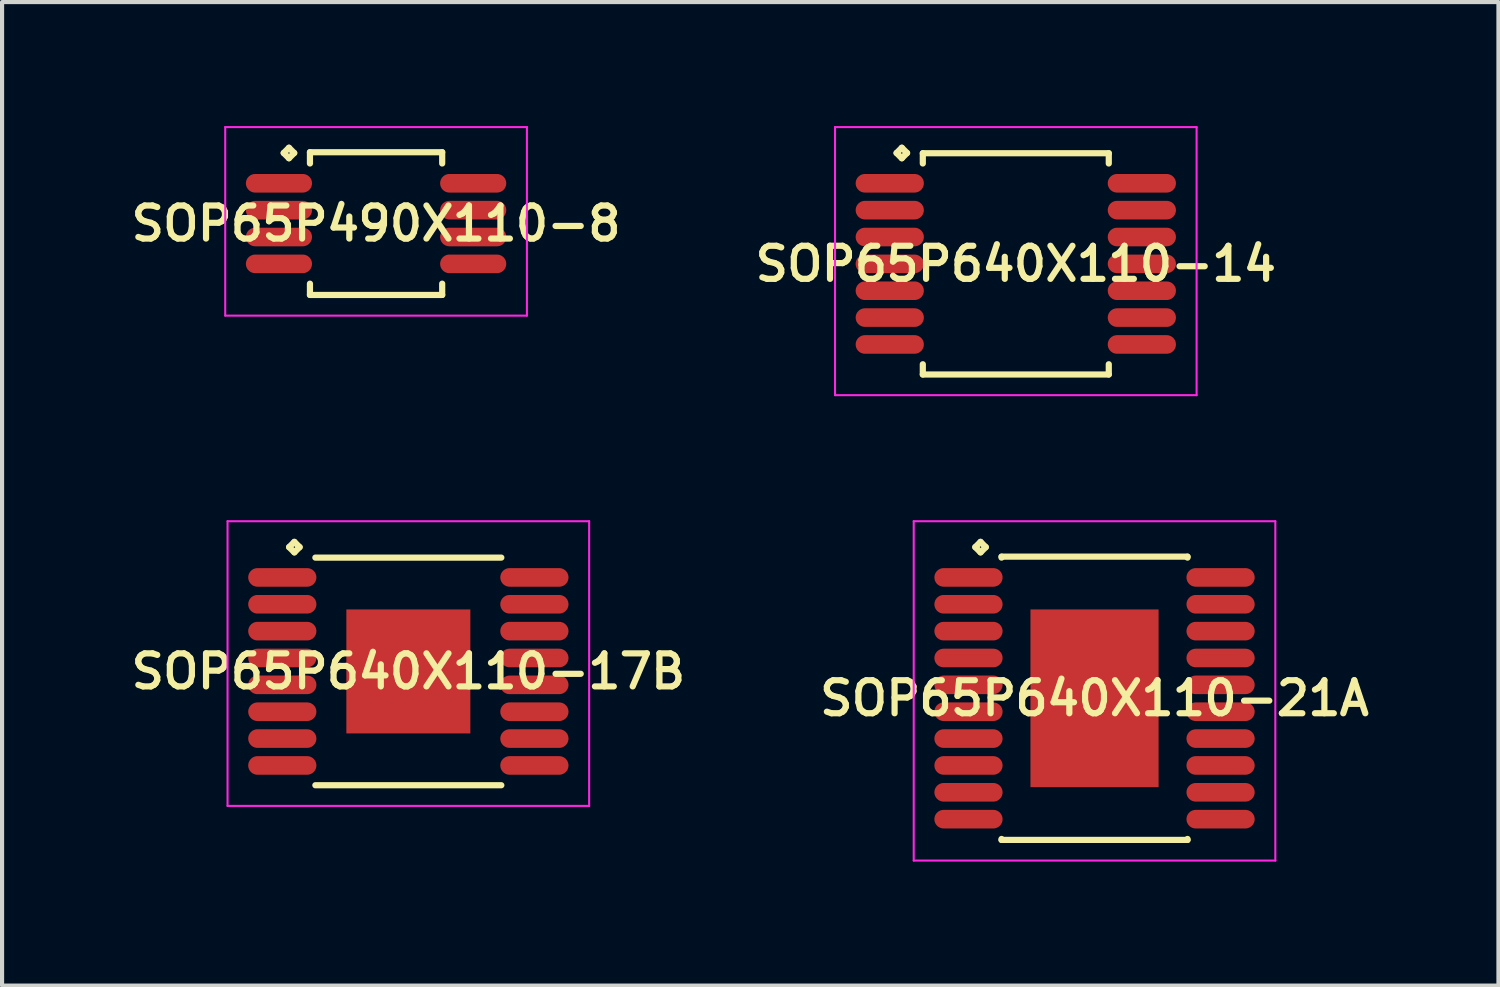
<source format=kicad_pcb>
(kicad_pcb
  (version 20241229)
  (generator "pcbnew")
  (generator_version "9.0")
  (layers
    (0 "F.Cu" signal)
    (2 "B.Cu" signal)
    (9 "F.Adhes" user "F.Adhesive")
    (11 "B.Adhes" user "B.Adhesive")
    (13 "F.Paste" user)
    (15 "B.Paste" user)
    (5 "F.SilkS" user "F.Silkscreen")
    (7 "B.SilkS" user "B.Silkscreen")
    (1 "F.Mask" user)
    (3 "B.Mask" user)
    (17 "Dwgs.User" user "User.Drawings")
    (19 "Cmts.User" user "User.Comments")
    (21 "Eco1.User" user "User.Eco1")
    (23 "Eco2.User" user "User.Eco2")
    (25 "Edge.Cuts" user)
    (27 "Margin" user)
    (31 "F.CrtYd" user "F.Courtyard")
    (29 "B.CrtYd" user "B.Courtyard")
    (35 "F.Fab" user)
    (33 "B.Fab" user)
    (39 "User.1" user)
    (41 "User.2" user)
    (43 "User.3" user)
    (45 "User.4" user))
  (footprint "SOP65P640X110-14"
    (layer "F.Cu")
    (at 21.53 3.335)
    (property "Reference" "SOP65P640X110-14" (at 0 0 0) (layer "F.SilkS") (effects (font (size 0.8 0.8) (thickness 0.15))))
    (attr smd)
    (fp_line (start -2.885 -2.683) (end -2.758 -2.81) (stroke (width 0.15) (type solid)) (layer "F.SilkS"))
    (fp_line (start -2.758 -2.81) (end -2.631 -2.683) (stroke (width 0.15) (type solid)) (layer "F.SilkS"))
    (fp_line (start -2.758 -2.556) (end -2.885 -2.683) (stroke (width 0.15) (type solid)) (layer "F.SilkS"))
    (fp_line (start -2.631 -2.683) (end -2.758 -2.556) (stroke (width 0.15) (type solid)) (layer "F.SilkS"))
    (fp_line (start -2.25 -2.677) (end 2.25 -2.677) (stroke (width 0.15) (type solid)) (layer "F.SilkS"))
    (fp_line (start -2.25 -2.429) (end -2.25 -2.677) (stroke (width 0.15) (type solid)) (layer "F.SilkS"))
    (fp_line (start -2.25 2.429) (end -2.25 2.677) (stroke (width 0.15) (type solid)) (layer "F.SilkS"))
    (fp_line (start -2.25 2.677) (end 2.25 2.677) (stroke (width 0.15) (type solid)) (layer "F.SilkS"))
    (fp_line (start 2.25 -2.677) (end 2.25 -2.429) (stroke (width 0.15) (type solid)) (layer "F.SilkS"))
    (fp_line (start 2.25 2.677) (end 2.25 2.429) (stroke (width 0.15) (type solid)) (layer "F.SilkS"))
    (fp_line (start -4.375 -3.31) (end 4.375 -3.31) (stroke (width 0.05) (type solid)) (layer "F.CrtYd"))
    (fp_line (start -4.375 3.177) (end -4.375 -3.31) (stroke (width 0.05) (type solid)) (layer "F.CrtYd"))
    (fp_line (start 4.375 -3.31) (end 4.375 3.177) (stroke (width 0.05) (type solid)) (layer "F.CrtYd"))
    (fp_line (start 4.375 3.177) (end -4.375 3.177) (stroke (width 0.05) (type solid)) (layer "F.CrtYd"))
    (pad "1" smd oval (at -3.05 -1.95) (size 1.65 0.45) (layers "F.Cu" "F.Mask" "F.Paste"))
    (pad "2" smd oval (at -3.05 -1.3) (size 1.65 0.45) (layers "F.Cu" "F.Mask" "F.Paste"))
    (pad "3" smd oval (at -3.05 -0.65) (size 1.65 0.45) (layers "F.Cu" "F.Mask" "F.Paste"))
    (pad "4" smd oval (at -3.05 0) (size 1.65 0.45) (layers "F.Cu" "F.Mask" "F.Paste"))
    (pad "5" smd oval (at -3.05 0.65) (size 1.65 0.45) (layers "F.Cu" "F.Mask" "F.Paste"))
    (pad "6" smd oval (at -3.05 1.3) (size 1.65 0.45) (layers "F.Cu" "F.Mask" "F.Paste"))
    (pad "7" smd oval (at -3.05 1.95) (size 1.65 0.45) (layers "F.Cu" "F.Mask" "F.Paste"))
    (pad "8" smd oval (at 3.05 1.95) (size 1.65 0.45) (layers "F.Cu" "F.Mask" "F.Paste"))
    (pad "9" smd oval (at 3.05 1.3) (size 1.65 0.45) (layers "F.Cu" "F.Mask" "F.Paste"))
    (pad "10" smd oval (at 3.05 0.65) (size 1.65 0.45) (layers "F.Cu" "F.Mask" "F.Paste"))
    (pad "11" smd oval (at 3.05 0) (size 1.65 0.45) (layers "F.Cu" "F.Mask" "F.Paste"))
    (pad "12" smd oval (at 3.05 -0.65) (size 1.65 0.45) (layers "F.Cu" "F.Mask" "F.Paste"))
    (pad "13" smd oval (at 3.05 -1.3) (size 1.65 0.45) (layers "F.Cu" "F.Mask" "F.Paste"))
    (pad "14" smd oval (at 3.05 -1.95) (size 1.65 0.45) (layers "F.Cu" "F.Mask" "F.Paste")))
  (footprint "SOP65P640X110-21A"
    (layer "F.Cu")
    (at 23.435 13.847)
    (property "Reference" "SOP65P640X110-21A" (at 0 0 0) (layer "F.SilkS") (effects (font (size 0.8 0.8) (thickness 0.15))))
    (attr smd)
    (fp_line (start -2.885 -3.658) (end -2.758 -3.785) (stroke (width 0.15) (type solid)) (layer "F.SilkS"))
    (fp_line (start -2.758 -3.785) (end -2.631 -3.658) (stroke (width 0.15) (type solid)) (layer "F.SilkS"))
    (fp_line (start -2.758 -3.531) (end -2.885 -3.658) (stroke (width 0.15) (type solid)) (layer "F.SilkS"))
    (fp_line (start -2.631 -3.658) (end -2.758 -3.531) (stroke (width 0.15) (type solid)) (layer "F.SilkS"))
    (fp_line (start -2.25 -3.427) (end 2.25 -3.427) (stroke (width 0.15) (type solid)) (layer "F.SilkS"))
    (fp_line (start -2.25 -3.404) (end -2.25 -3.427) (stroke (width 0.15) (type solid)) (layer "F.SilkS"))
    (fp_line (start -2.25 3.404) (end -2.25 3.427) (stroke (width 0.15) (type solid)) (layer "F.SilkS"))
    (fp_line (start -2.25 3.427) (end 2.25 3.427) (stroke (width 0.15) (type solid)) (layer "F.SilkS"))
    (fp_line (start 2.25 -3.427) (end 2.25 -3.404) (stroke (width 0.15) (type solid)) (layer "F.SilkS"))
    (fp_line (start 2.25 3.427) (end 2.25 3.404) (stroke (width 0.15) (type solid)) (layer "F.SilkS"))
    (fp_line (start -4.375 -4.285) (end 4.375 -4.285) (stroke (width 0.05) (type solid)) (layer "F.CrtYd"))
    (fp_line (start -4.375 3.927) (end -4.375 -4.285) (stroke (width 0.05) (type solid)) (layer "F.CrtYd"))
    (fp_line (start 4.375 -4.285) (end 4.375 3.927) (stroke (width 0.05) (type solid)) (layer "F.CrtYd"))
    (fp_line (start 4.375 3.927) (end -4.375 3.927) (stroke (width 0.05) (type solid)) (layer "F.CrtYd"))
    (pad "1" smd oval (at -3.05 -2.925) (size 1.65 0.45) (layers "F.Cu" "F.Mask" "F.Paste"))
    (pad "2" smd oval (at -3.05 -2.275) (size 1.65 0.45) (layers "F.Cu" "F.Mask" "F.Paste"))
    (pad "3" smd oval (at -3.05 -1.625) (size 1.65 0.45) (layers "F.Cu" "F.Mask" "F.Paste"))
    (pad "4" smd oval (at -3.05 -0.975) (size 1.65 0.45) (layers "F.Cu" "F.Mask" "F.Paste"))
    (pad "5" smd oval (at -3.05 -0.325) (size 1.65 0.45) (layers "F.Cu" "F.Mask" "F.Paste"))
    (pad "6" smd oval (at -3.05 0.325) (size 1.65 0.45) (layers "F.Cu" "F.Mask" "F.Paste"))
    (pad "7" smd oval (at -3.05 0.975) (size 1.65 0.45) (layers "F.Cu" "F.Mask" "F.Paste"))
    (pad "8" smd oval (at -3.05 1.625) (size 1.65 0.45) (layers "F.Cu" "F.Mask" "F.Paste"))
    (pad "9" smd oval (at -3.05 2.275) (size 1.65 0.45) (layers "F.Cu" "F.Mask" "F.Paste"))
    (pad "10" smd oval (at -3.05 2.925) (size 1.65 0.45) (layers "F.Cu" "F.Mask" "F.Paste"))
    (pad "11" smd oval (at 3.05 2.925) (size 1.65 0.45) (layers "F.Cu" "F.Mask" "F.Paste"))
    (pad "12" smd oval (at 3.05 2.275) (size 1.65 0.45) (layers "F.Cu" "F.Mask" "F.Paste"))
    (pad "13" smd oval (at 3.05 1.625) (size 1.65 0.45) (layers "F.Cu" "F.Mask" "F.Paste"))
    (pad "14" smd oval (at 3.05 0.975) (size 1.65 0.45) (layers "F.Cu" "F.Mask" "F.Paste"))
    (pad "15" smd oval (at 3.05 0.325) (size 1.65 0.45) (layers "F.Cu" "F.Mask" "F.Paste"))
    (pad "16" smd oval (at 3.05 -0.325) (size 1.65 0.45) (layers "F.Cu" "F.Mask" "F.Paste"))
    (pad "17" smd oval (at 3.05 -0.975) (size 1.65 0.45) (layers "F.Cu" "F.Mask" "F.Paste"))
    (pad "18" smd oval (at 3.05 -1.625) (size 1.65 0.45) (layers "F.Cu" "F.Mask" "F.Paste"))
    (pad "19" smd oval (at 3.05 -2.275) (size 1.65 0.45) (layers "F.Cu" "F.Mask" "F.Paste"))
    (pad "20" smd oval (at 3.05 -2.925) (size 1.65 0.45) (layers "F.Cu" "F.Mask" "F.Paste"))
    (pad "21" smd rect (at 0 0) (size 3.1 4.3) (layers "F.Cu" "F.Mask" "F.Paste")))
  (footprint "SOP65P490X110-8"
    (layer "F.Cu")
    (at 6.05 2.36)
    (property "Reference" "SOP65P490X110-8" (at 0 0 0) (layer "F.SilkS") (effects (font (size 0.8 0.8) (thickness 0.15))))
    (attr smd)
    (fp_line (start -2.235 -1.708) (end -2.108 -1.835) (stroke (width 0.15) (type solid)) (layer "F.SilkS"))
    (fp_line (start -2.108 -1.835) (end -1.981 -1.708) (stroke (width 0.15) (type solid)) (layer "F.SilkS"))
    (fp_line (start -2.108 -1.581) (end -2.235 -1.708) (stroke (width 0.15) (type solid)) (layer "F.SilkS"))
    (fp_line (start -1.981 -1.708) (end -2.108 -1.581) (stroke (width 0.15) (type solid)) (layer "F.SilkS"))
    (fp_line (start -1.6 -1.727) (end 1.6 -1.727) (stroke (width 0.15) (type solid)) (layer "F.SilkS"))
    (fp_line (start -1.6 -1.454) (end -1.6 -1.727) (stroke (width 0.15) (type solid)) (layer "F.SilkS"))
    (fp_line (start -1.6 1.454) (end -1.6 1.727) (stroke (width 0.15) (type solid)) (layer "F.SilkS"))
    (fp_line (start -1.6 1.727) (end 1.6 1.727) (stroke (width 0.15) (type solid)) (layer "F.SilkS"))
    (fp_line (start 1.6 -1.727) (end 1.6 -1.454) (stroke (width 0.15) (type solid)) (layer "F.SilkS"))
    (fp_line (start 1.6 1.727) (end 1.6 1.454) (stroke (width 0.15) (type solid)) (layer "F.SilkS"))
    (fp_line (start -3.65 -2.335) (end 3.65 -2.335) (stroke (width 0.05) (type solid)) (layer "F.CrtYd"))
    (fp_line (start -3.65 2.227) (end -3.65 -2.335) (stroke (width 0.05) (type solid)) (layer "F.CrtYd"))
    (fp_line (start 3.65 -2.335) (end 3.65 2.227) (stroke (width 0.05) (type solid)) (layer "F.CrtYd"))
    (fp_line (start 3.65 2.227) (end -3.65 2.227) (stroke (width 0.05) (type solid)) (layer "F.CrtYd"))
    (pad "1" smd oval (at -2.35 -0.975) (size 1.6 0.45) (layers "F.Cu" "F.Mask" "F.Paste"))
    (pad "2" smd oval (at -2.35 -0.325) (size 1.6 0.45) (layers "F.Cu" "F.Mask" "F.Paste"))
    (pad "3" smd oval (at -2.35 0.325) (size 1.6 0.45) (layers "F.Cu" "F.Mask" "F.Paste"))
    (pad "4" smd oval (at -2.35 0.975) (size 1.6 0.45) (layers "F.Cu" "F.Mask" "F.Paste"))
    (pad "5" smd oval (at 2.35 0.975) (size 1.6 0.45) (layers "F.Cu" "F.Mask" "F.Paste"))
    (pad "6" smd oval (at 2.35 0.325) (size 1.6 0.45) (layers "F.Cu" "F.Mask" "F.Paste"))
    (pad "7" smd oval (at 2.35 -0.325) (size 1.6 0.45) (layers "F.Cu" "F.Mask" "F.Paste"))
    (pad "8" smd oval (at 2.35 -0.975) (size 1.6 0.45) (layers "F.Cu" "F.Mask" "F.Paste")))
  (footprint "SOP65P640X110-17B"
    (layer "F.Cu")
    (at 6.831 13.197)
    (property "Reference" "SOP65P640X110-17B" (at 0 0 0) (layer "F.SilkS") (effects (font (size 0.8 0.8) (thickness 0.15))))
    (attr smd)
    (fp_line (start -2.885 -3.008) (end -2.758 -3.135) (stroke (width 0.15) (type solid)) (layer "F.SilkS"))
    (fp_line (start -2.758 -3.135) (end -2.631 -3.008) (stroke (width 0.15) (type solid)) (layer "F.SilkS"))
    (fp_line (start -2.758 -2.881) (end -2.885 -3.008) (stroke (width 0.15) (type solid)) (layer "F.SilkS"))
    (fp_line (start -2.631 -3.008) (end -2.758 -2.881) (stroke (width 0.15) (type solid)) (layer "F.SilkS"))
    (fp_line (start -2.25 -2.754) (end 2.25 -2.754) (stroke (width 0.15) (type solid)) (layer "F.SilkS"))
    (fp_line (start -2.25 2.754) (end 2.25 2.754) (stroke (width 0.15) (type solid)) (layer "F.SilkS"))
    (fp_line (start -4.375 -3.635) (end 4.375 -3.635) (stroke (width 0.05) (type solid)) (layer "F.CrtYd"))
    (fp_line (start -4.375 3.254) (end -4.375 -3.635) (stroke (width 0.05) (type solid)) (layer "F.CrtYd"))
    (fp_line (start 4.375 -3.635) (end 4.375 3.254) (stroke (width 0.05) (type solid)) (layer "F.CrtYd"))
    (fp_line (start 4.375 3.254) (end -4.375 3.254) (stroke (width 0.05) (type solid)) (layer "F.CrtYd"))
    (pad "1" smd oval (at -3.05 -2.275) (size 1.65 0.45) (layers "F.Cu" "F.Mask" "F.Paste"))
    (pad "2" smd oval (at -3.05 -1.625) (size 1.65 0.45) (layers "F.Cu" "F.Mask" "F.Paste"))
    (pad "3" smd oval (at -3.05 -0.975) (size 1.65 0.45) (layers "F.Cu" "F.Mask" "F.Paste"))
    (pad "4" smd oval (at -3.05 -0.325) (size 1.65 0.45) (layers "F.Cu" "F.Mask" "F.Paste"))
    (pad "5" smd oval (at -3.05 0.325) (size 1.65 0.45) (layers "F.Cu" "F.Mask" "F.Paste"))
    (pad "6" smd oval (at -3.05 0.975) (size 1.65 0.45) (layers "F.Cu" "F.Mask" "F.Paste"))
    (pad "7" smd oval (at -3.05 1.625) (size 1.65 0.45) (layers "F.Cu" "F.Mask" "F.Paste"))
    (pad "8" smd oval (at -3.05 2.275) (size 1.65 0.45) (layers "F.Cu" "F.Mask" "F.Paste"))
    (pad "9" smd oval (at 3.05 2.275) (size 1.65 0.45) (layers "F.Cu" "F.Mask" "F.Paste"))
    (pad "10" smd oval (at 3.05 1.625) (size 1.65 0.45) (layers "F.Cu" "F.Mask" "F.Paste"))
    (pad "11" smd oval (at 3.05 0.975) (size 1.65 0.45) (layers "F.Cu" "F.Mask" "F.Paste"))
    (pad "12" smd oval (at 3.05 0.325) (size 1.65 0.45) (layers "F.Cu" "F.Mask" "F.Paste"))
    (pad "13" smd oval (at 3.05 -0.325) (size 1.65 0.45) (layers "F.Cu" "F.Mask" "F.Paste"))
    (pad "14" smd oval (at 3.05 -0.975) (size 1.65 0.45) (layers "F.Cu" "F.Mask" "F.Paste"))
    (pad "15" smd oval (at 3.05 -1.625) (size 1.65 0.45) (layers "F.Cu" "F.Mask" "F.Paste"))
    (pad "16" smd oval (at 3.05 -2.275) (size 1.65 0.45) (layers "F.Cu" "F.Mask" "F.Paste"))
    (pad "17" smd rect (at 0 0) (size 3 3) (layers "F.Cu" "F.Mask" "F.Paste")))
  (gr_rect
    (start -3 -3)
    (end 33.209 20.799)
    (stroke (width 0.1) (type default))
    (fill no)
    (layer "Edge.Cuts")))
</source>
